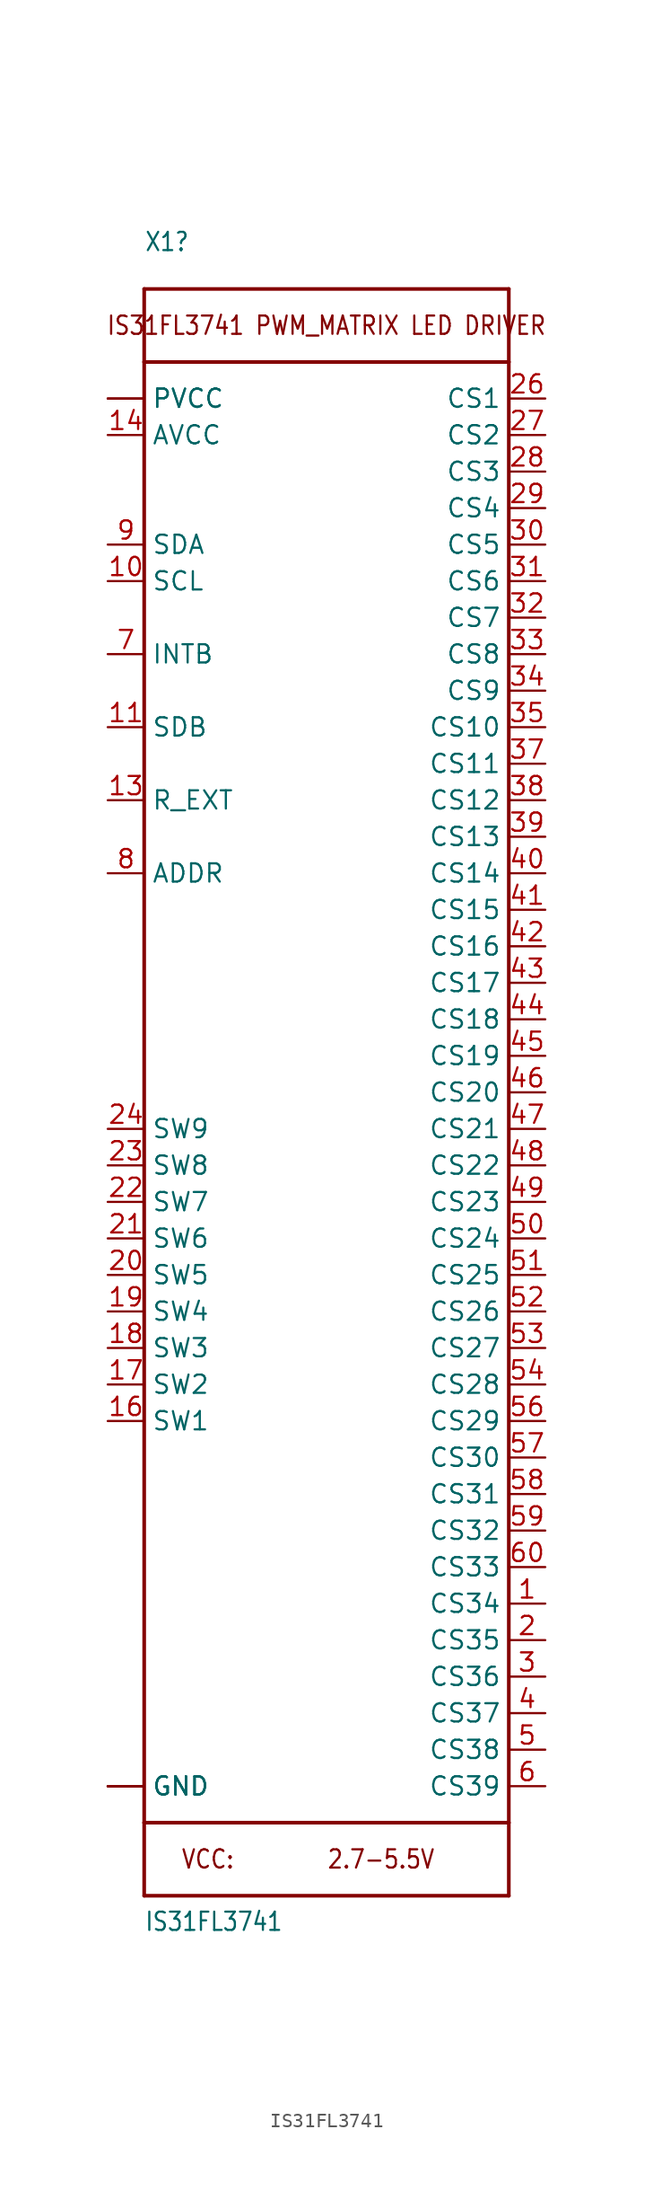
<source format=kicad_sym>
(kicad_symbol_lib
  (version 20211014)
  (generator kicad_symbol_editor)
  (symbol "IS31FL3741"
    (property "Reference" "X1"
      (at -12.7 53.34 0)
      (effects (font (size 1.27 1.079)) (justify left bottom)))
    (property "Value" "IS31FL3741"
      (at -12.7 -63.5 0)
      (effects (font (size 1.27 1.079)) (justify left bottom)))
    (property "ki_locked" ""
      (at 0 0 0)
      (effects (font (size 1.27 1.27))))
    (symbol "IS31FL3741_1_0"
      (polyline (pts (xy -12.7 -55.88) (xy -12.7 -60.96)) (stroke (width 0.254) (type default) (color 0 0 0 0)) (fill (type none)))
      (polyline (pts (xy -12.7 -55.88) (xy -12.7 45.72)) (stroke (width 0.254) (type default) (color 0 0 0 0)) (fill (type none)))
      (polyline (pts (xy -12.7 45.72) (xy 12.7 45.72)) (stroke (width 0.254) (type default) (color 0 0 0 0)) (fill (type none)))
      (polyline (pts (xy -12.7 50.8) (xy -12.7 45.72)) (stroke (width 0.254) (type default) (color 0 0 0 0)) (fill (type none)))
      (polyline (pts (xy -12.7 50.8) (xy 12.7 50.8)) (stroke (width 0.254) (type default) (color 0 0 0 0)) (fill (type none)))
      (polyline (pts (xy 12.7 -60.96) (xy -12.7 -60.96)) (stroke (width 0.254) (type default) (color 0 0 0 0)) (fill (type none)))
      (polyline (pts (xy 12.7 -55.88) (xy -12.7 -55.88)) (stroke (width 0.254) (type default) (color 0 0 0 0)) (fill (type none)))
      (polyline (pts (xy 12.7 -55.88) (xy 12.7 -60.96)) (stroke (width 0.254) (type default) (color 0 0 0 0)) (fill (type none)))
      (polyline (pts (xy 12.7 45.72) (xy 12.7 -55.88)) (stroke (width 0.254) (type default) (color 0 0 0 0)) (fill (type none)))
      (polyline (pts (xy 12.7 50.8) (xy 12.7 45.72)) (stroke (width 0.254) (type default) (color 0 0 0 0)) (fill (type none)))
      (text "2.7-5.5V" (at 0 -58.42 0) (effects (font (size 1.27 1.079)) (justify left)))
      (text "IS31FL3741 PWM_MATRIX LED DRIVER" (at 0 48.26 0) (effects (font (size 1.27 1.079))))
      (text "VCC:" (at -10.16 -58.42 0) (effects (font (size 1.27 1.079)) (justify left)))
      (pin bidirectional line (at 15.24 -40.64 180) (length 2.54) (name "CS34" (effects (font (size 1.27 1.27)))) (number "1" (effects (font (size 1.27 1.27)))))
      (pin bidirectional line (at -15.24 30.48 0) (length 2.54) (name "SCL" (effects (font (size 1.27 1.27)))) (number "10" (effects (font (size 1.27 1.27)))))
      (pin input line (at -15.24 20.32 0) (length 2.54) (name "SDB" (effects (font (size 1.27 1.27)))) (number "11" (effects (font (size 1.27 1.27)))))
      (pin power_in line (at -15.24 -53.34 0) (length 2.54) (name "GND" (effects (font (size 1.27 1.27)))) (number "12" (effects (font (size 0 0)))))
      (pin bidirectional line (at -15.24 15.24 0) (length 2.54) (name "R_EXT" (effects (font (size 1.27 1.27)))) (number "13" (effects (font (size 1.27 1.27)))))
      (pin power_in line (at -15.24 40.64 0) (length 2.54) (name "AVCC" (effects (font (size 1.27 1.27)))) (number "14" (effects (font (size 1.27 1.27)))))
      (pin power_in line (at -15.24 43.18 0) (length 2.54) (name "PVCC" (effects (font (size 1.27 1.27)))) (number "15" (effects (font (size 0 0)))))
      (pin bidirectional line (at -15.24 -27.94 0) (length 2.54) (name "SW1" (effects (font (size 1.27 1.27)))) (number "16" (effects (font (size 1.27 1.27)))))
      (pin bidirectional line (at -15.24 -25.4 0) (length 2.54) (name "SW2" (effects (font (size 1.27 1.27)))) (number "17" (effects (font (size 1.27 1.27)))))
      (pin bidirectional line (at -15.24 -22.86 0) (length 2.54) (name "SW3" (effects (font (size 1.27 1.27)))) (number "18" (effects (font (size 1.27 1.27)))))
      (pin bidirectional line (at -15.24 -20.32 0) (length 2.54) (name "SW4" (effects (font (size 1.27 1.27)))) (number "19" (effects (font (size 1.27 1.27)))))
      (pin bidirectional line (at 15.24 -43.18 180) (length 2.54) (name "CS35" (effects (font (size 1.27 1.27)))) (number "2" (effects (font (size 1.27 1.27)))))
      (pin bidirectional line (at -15.24 -17.78 0) (length 2.54) (name "SW5" (effects (font (size 1.27 1.27)))) (number "20" (effects (font (size 1.27 1.27)))))
      (pin bidirectional line (at -15.24 -15.24 0) (length 2.54) (name "SW6" (effects (font (size 1.27 1.27)))) (number "21" (effects (font (size 1.27 1.27)))))
      (pin bidirectional line (at -15.24 -12.7 0) (length 2.54) (name "SW7" (effects (font (size 1.27 1.27)))) (number "22" (effects (font (size 1.27 1.27)))))
      (pin bidirectional line (at -15.24 -10.16 0) (length 2.54) (name "SW8" (effects (font (size 1.27 1.27)))) (number "23" (effects (font (size 1.27 1.27)))))
      (pin bidirectional line (at -15.24 -7.62 0) (length 2.54) (name "SW9" (effects (font (size 1.27 1.27)))) (number "24" (effects (font (size 1.27 1.27)))))
      (pin power_in line (at -15.24 43.18 0) (length 2.54) (name "PVCC" (effects (font (size 1.27 1.27)))) (number "25" (effects (font (size 0 0)))))
      (pin bidirectional line (at 15.24 43.18 180) (length 2.54) (name "CS1" (effects (font (size 1.27 1.27)))) (number "26" (effects (font (size 1.27 1.27)))))
      (pin bidirectional line (at 15.24 40.64 180) (length 2.54) (name "CS2" (effects (font (size 1.27 1.27)))) (number "27" (effects (font (size 1.27 1.27)))))
      (pin bidirectional line (at 15.24 38.1 180) (length 2.54) (name "CS3" (effects (font (size 1.27 1.27)))) (number "28" (effects (font (size 1.27 1.27)))))
      (pin bidirectional line (at 15.24 35.56 180) (length 2.54) (name "CS4" (effects (font (size 1.27 1.27)))) (number "29" (effects (font (size 1.27 1.27)))))
      (pin bidirectional line (at 15.24 -45.72 180) (length 2.54) (name "CS36" (effects (font (size 1.27 1.27)))) (number "3" (effects (font (size 1.27 1.27)))))
      (pin bidirectional line (at 15.24 33.02 180) (length 2.54) (name "CS5" (effects (font (size 1.27 1.27)))) (number "30" (effects (font (size 1.27 1.27)))))
      (pin bidirectional line (at 15.24 30.48 180) (length 2.54) (name "CS6" (effects (font (size 1.27 1.27)))) (number "31" (effects (font (size 1.27 1.27)))))
      (pin bidirectional line (at 15.24 27.94 180) (length 2.54) (name "CS7" (effects (font (size 1.27 1.27)))) (number "32" (effects (font (size 1.27 1.27)))))
      (pin bidirectional line (at 15.24 25.4 180) (length 2.54) (name "CS8" (effects (font (size 1.27 1.27)))) (number "33" (effects (font (size 1.27 1.27)))))
      (pin bidirectional line (at 15.24 22.86 180) (length 2.54) (name "CS9" (effects (font (size 1.27 1.27)))) (number "34" (effects (font (size 1.27 1.27)))))
      (pin bidirectional line (at 15.24 20.32 180) (length 2.54) (name "CS10" (effects (font (size 1.27 1.27)))) (number "35" (effects (font (size 1.27 1.27)))))
      (pin power_in line (at -15.24 -53.34 0) (length 2.54) (name "GND" (effects (font (size 1.27 1.27)))) (number "36" (effects (font (size 0 0)))))
      (pin bidirectional line (at 15.24 17.78 180) (length 2.54) (name "CS11" (effects (font (size 1.27 1.27)))) (number "37" (effects (font (size 1.27 1.27)))))
      (pin bidirectional line (at 15.24 15.24 180) (length 2.54) (name "CS12" (effects (font (size 1.27 1.27)))) (number "38" (effects (font (size 1.27 1.27)))))
      (pin bidirectional line (at 15.24 12.7 180) (length 2.54) (name "CS13" (effects (font (size 1.27 1.27)))) (number "39" (effects (font (size 1.27 1.27)))))
      (pin bidirectional line (at 15.24 -48.26 180) (length 2.54) (name "CS37" (effects (font (size 1.27 1.27)))) (number "4" (effects (font (size 1.27 1.27)))))
      (pin bidirectional line (at 15.24 10.16 180) (length 2.54) (name "CS14" (effects (font (size 1.27 1.27)))) (number "40" (effects (font (size 1.27 1.27)))))
      (pin bidirectional line (at 15.24 7.62 180) (length 2.54) (name "CS15" (effects (font (size 1.27 1.27)))) (number "41" (effects (font (size 1.27 1.27)))))
      (pin bidirectional line (at 15.24 5.08 180) (length 2.54) (name "CS16" (effects (font (size 1.27 1.27)))) (number "42" (effects (font (size 1.27 1.27)))))
      (pin bidirectional line (at 15.24 2.54 180) (length 2.54) (name "CS17" (effects (font (size 1.27 1.27)))) (number "43" (effects (font (size 1.27 1.27)))))
      (pin bidirectional line (at 15.24 0 180) (length 2.54) (name "CS18" (effects (font (size 1.27 1.27)))) (number "44" (effects (font (size 1.27 1.27)))))
      (pin bidirectional line (at 15.24 -2.54 180) (length 2.54) (name "CS19" (effects (font (size 1.27 1.27)))) (number "45" (effects (font (size 1.27 1.27)))))
      (pin bidirectional line (at 15.24 -5.08 180) (length 2.54) (name "CS20" (effects (font (size 1.27 1.27)))) (number "46" (effects (font (size 1.27 1.27)))))
      (pin bidirectional line (at 15.24 -7.62 180) (length 2.54) (name "CS21" (effects (font (size 1.27 1.27)))) (number "47" (effects (font (size 1.27 1.27)))))
      (pin bidirectional line (at 15.24 -10.16 180) (length 2.54) (name "CS22" (effects (font (size 1.27 1.27)))) (number "48" (effects (font (size 1.27 1.27)))))
      (pin bidirectional line (at 15.24 -12.7 180) (length 2.54) (name "CS23" (effects (font (size 1.27 1.27)))) (number "49" (effects (font (size 1.27 1.27)))))
      (pin bidirectional line (at 15.24 -50.8 180) (length 2.54) (name "CS38" (effects (font (size 1.27 1.27)))) (number "5" (effects (font (size 1.27 1.27)))))
      (pin bidirectional line (at 15.24 -15.24 180) (length 2.54) (name "CS24" (effects (font (size 1.27 1.27)))) (number "50" (effects (font (size 1.27 1.27)))))
      (pin bidirectional line (at 15.24 -17.78 180) (length 2.54) (name "CS25" (effects (font (size 1.27 1.27)))) (number "51" (effects (font (size 1.27 1.27)))))
      (pin bidirectional line (at 15.24 -20.32 180) (length 2.54) (name "CS26" (effects (font (size 1.27 1.27)))) (number "52" (effects (font (size 1.27 1.27)))))
      (pin bidirectional line (at 15.24 -22.86 180) (length 2.54) (name "CS27" (effects (font (size 1.27 1.27)))) (number "53" (effects (font (size 1.27 1.27)))))
      (pin bidirectional line (at 15.24 -25.4 180) (length 2.54) (name "CS28" (effects (font (size 1.27 1.27)))) (number "54" (effects (font (size 1.27 1.27)))))
      (pin power_in line (at -15.24 -53.34 0) (length 2.54) (name "GND" (effects (font (size 1.27 1.27)))) (number "55" (effects (font (size 0 0)))))
      (pin bidirectional line (at 15.24 -27.94 180) (length 2.54) (name "CS29" (effects (font (size 1.27 1.27)))) (number "56" (effects (font (size 1.27 1.27)))))
      (pin bidirectional line (at 15.24 -30.48 180) (length 2.54) (name "CS30" (effects (font (size 1.27 1.27)))) (number "57" (effects (font (size 1.27 1.27)))))
      (pin bidirectional line (at 15.24 -33.02 180) (length 2.54) (name "CS31" (effects (font (size 1.27 1.27)))) (number "58" (effects (font (size 1.27 1.27)))))
      (pin bidirectional line (at 15.24 -35.56 180) (length 2.54) (name "CS32" (effects (font (size 1.27 1.27)))) (number "59" (effects (font (size 1.27 1.27)))))
      (pin bidirectional line (at 15.24 -53.34 180) (length 2.54) (name "CS39" (effects (font (size 1.27 1.27)))) (number "6" (effects (font (size 1.27 1.27)))))
      (pin bidirectional line (at 15.24 -38.1 180) (length 2.54) (name "CS33" (effects (font (size 1.27 1.27)))) (number "60" (effects (font (size 1.27 1.27)))))
      (pin output line (at -15.24 25.4 0) (length 2.54) (name "INTB" (effects (font (size 1.27 1.27)))) (number "7" (effects (font (size 1.27 1.27)))))
      (pin bidirectional line (at -15.24 10.16 0) (length 2.54) (name "ADDR" (effects (font (size 1.27 1.27)))) (number "8" (effects (font (size 1.27 1.27)))))
      (pin bidirectional line (at -15.24 33.02 0) (length 2.54) (name "SDA" (effects (font (size 1.27 1.27)))) (number "9" (effects (font (size 1.27 1.27)))))
      (pin power_in line (at -15.24 -53.34 0) (length 2.54) (name "GND" (effects (font (size 1.27 1.27)))) (number "THERMAL" (effects (font (size 0 0))))))))
</source>
